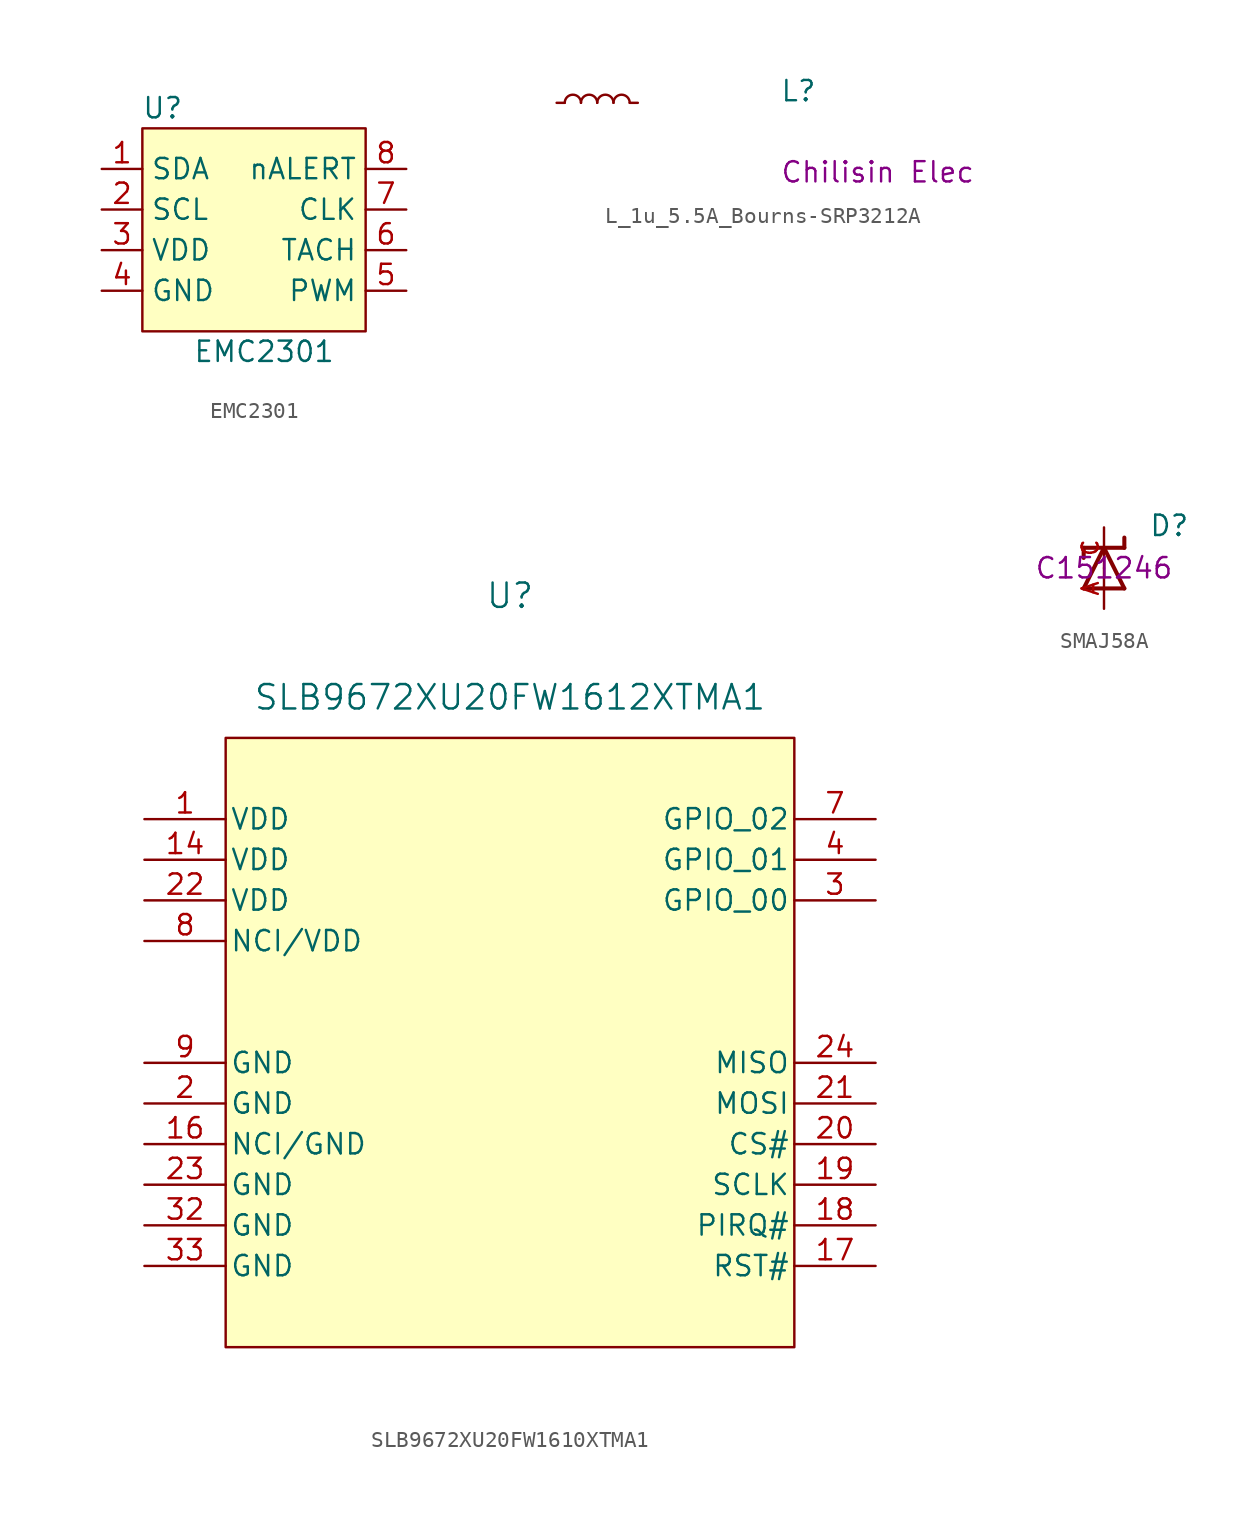
<source format=kicad_sym>
(kicad_symbol_lib
  (version 20241209)
  (generator "kicad_symbol_editor")
  (generator_version "9.0")
  (symbol "EMC2301"
    (property "Reference" "U"
      (at -7.62 13.97 0)
      (effects (font (size 1.27 1.27))))
    (property "Value" "EMC2301"
      (at -1.27 -1.27 0)
      (effects (font (size 1.27 1.27))))
    (symbol "EMC2301_0_0"
      (pin open_collector line (at -11.43 10.16 0) (length 2.54) (name "SDA" (effects (font (size 1.27 1.27)))) (number "1" (effects (font (size 1.27 1.27)))))
      (pin open_collector line (at -11.43 7.62 0) (length 2.54) (name "SCL" (effects (font (size 1.27 1.27)))) (number "2" (effects (font (size 1.27 1.27)))))
      (pin power_in line (at -11.43 5.08 0) (length 2.54) (name "VDD" (effects (font (size 1.27 1.27)))) (number "3" (effects (font (size 1.27 1.27)))))
      (pin power_in line (at -11.43 2.54 0) (length 2.54) (name "GND" (effects (font (size 1.27 1.27)))) (number "4" (effects (font (size 1.27 1.27)))))
      (pin open_collector line (at 7.62 10.16 180) (length 2.54) (name "nALERT" (effects (font (size 1.27 1.27)))) (number "8" (effects (font (size 1.27 1.27)))))
      (pin input line (at 7.62 7.62 180) (length 2.54) (name "CLK" (effects (font (size 1.27 1.27)))) (number "7" (effects (font (size 1.27 1.27)))))
      (pin input line (at 7.62 5.08 180) (length 2.54) (name "TACH" (effects (font (size 1.27 1.27)))) (number "6" (effects (font (size 1.27 1.27)))))
      (pin output line (at 7.62 2.54 180) (length 2.54) (name "PWM" (effects (font (size 1.27 1.27)))) (number "5" (effects (font (size 1.27 1.27))))))
    (symbol "EMC2301_1_1"
      (rectangle (start -8.89 12.7) (end 5.08 0) (stroke (width 0) (type solid)) (fill (type background)))))
  (symbol "L_1u_5.5A_Bourns-SRP3212A"
    (pin_numbers
      (hide yes))
    (pin_names
      (hide yes))
    (property "Reference" "L"
      (at 13.97 0 0)
      (effects (font (size 1.27 1.27) (thickness 0.15)) (justify left bottom)))
    (property "Manufacturer" "Chilisin Elec"
      (at 13.97 -5.08 0)
      (effects (font (size 1.27 1.27) (thickness 0.15)) (justify left bottom)))
    (symbol "L_1u_5.5A_Bourns-SRP3212A_0_1"
      (arc (start 0.508 0) (mid 1.016 0.5058) (end 1.524 0) (stroke (width 0) (type default)) (fill (type none)))
      (arc (start 1.524 0) (mid 2.032 0.5058) (end 2.54 0) (stroke (width 0) (type default)) (fill (type none)))
      (arc (start 2.54 0) (mid 3.048 0.5058) (end 3.556 0) (stroke (width 0) (type default)) (fill (type none)))
      (arc (start 3.556 0) (mid 4.064 0.5058) (end 4.572 0) (stroke (width 0) (type default)) (fill (type none))))
    (symbol "L_1u_5.5A_Bourns-SRP3212A_1_1"
      (pin passive line (at 0 0 0) (length 0.508) (name "~" (effects (font (size 1.27 1.27)))) (number "1" (effects (font (size 1.27 1.27)))))
      (pin passive line (at 5.08 0 180) (length 0.508) (name "~" (effects (font (size 1.27 1.27)))) (number "2" (effects (font (size 1.27 1.27)))))))
  (symbol "SLB9672XU20FW1610XTMA1"
    (pin_names
      (offset 0.254))
    (property "Reference" "U"
      (at 0 27.94 0)
      (effects (font (size 1.524 1.524))))
    (property "Value" "SLB9672XU20FW1612XTMA1"
      (at 0 21.59 0)
      (effects (font (size 1.524 1.524))))
    (symbol "SLB9672XU20FW1610XTMA1_0_1"
      (pin power_in line (at -22.86 13.97 0) (length 5.08) (name "VDD" (effects (font (size 1.27 1.27)))) (number "1" (effects (font (size 1.27 1.27)))))
      (pin power_in line (at -22.86 11.43 0) (length 5.08) (name "VDD" (effects (font (size 1.27 1.27)))) (number "14" (effects (font (size 1.27 1.27)))))
      (pin power_in line (at -22.86 8.89 0) (length 5.08) (name "VDD" (effects (font (size 1.27 1.27)))) (number "22" (effects (font (size 1.27 1.27)))))
      (pin unspecified line (at -22.86 6.35 0) (length 5.08) (name "NCI/VDD" (effects (font (size 1.27 1.27)))) (number "8" (effects (font (size 1.27 1.27)))))
      (pin power_out line (at -22.86 -1.27 0) (length 5.08) (name "GND" (effects (font (size 1.27 1.27)))) (number "9" (effects (font (size 1.27 1.27)))))
      (pin power_out line (at -22.86 -3.81 0) (length 5.08) (name "GND" (effects (font (size 1.27 1.27)))) (number "2" (effects (font (size 1.27 1.27)))))
      (pin unspecified line (at -22.86 -6.35 0) (length 5.08) (name "NCI/GND" (effects (font (size 1.27 1.27)))) (number "16" (effects (font (size 1.27 1.27)))))
      (pin power_out line (at -22.86 -8.89 0) (length 5.08) (name "GND" (effects (font (size 1.27 1.27)))) (number "23" (effects (font (size 1.27 1.27)))))
      (pin power_out line (at -22.86 -11.43 0) (length 5.08) (name "GND" (effects (font (size 1.27 1.27)))) (number "32" (effects (font (size 1.27 1.27)))))
      (pin bidirectional line (at 22.86 13.97 180) (length 5.08) (name "GPIO_02" (effects (font (size 1.27 1.27)))) (number "7" (effects (font (size 1.27 1.27)))))
      (pin bidirectional line (at 22.86 11.43 180) (length 5.08) (name "GPIO_01" (effects (font (size 1.27 1.27)))) (number "4" (effects (font (size 1.27 1.27)))))
      (pin bidirectional line (at 22.86 8.89 180) (length 5.08) (name "GPIO_00" (effects (font (size 1.27 1.27)))) (number "3" (effects (font (size 1.27 1.27)))))
      (pin output line (at 22.86 -1.27 180) (length 5.08) (name "MISO" (effects (font (size 1.27 1.27)))) (number "24" (effects (font (size 1.27 1.27)))))
      (pin input line (at 22.86 -3.81 180) (length 5.08) (name "MOSI" (effects (font (size 1.27 1.27)))) (number "21" (effects (font (size 1.27 1.27)))))
      (pin input line (at 22.86 -6.35 180) (length 5.08) (name "CS#" (effects (font (size 1.27 1.27)))) (number "20" (effects (font (size 1.27 1.27)))))
      (pin input line (at 22.86 -8.89 180) (length 5.08) (name "SCLK" (effects (font (size 1.27 1.27)))) (number "19" (effects (font (size 1.27 1.27)))))
      (pin output line (at 22.86 -11.43 180) (length 5.08) (name "PIRQ#" (effects (font (size 1.27 1.27)))) (number "18" (effects (font (size 1.27 1.27)))))
      (pin input line (at 22.86 -13.97 180) (length 5.08) (name "RST#" (effects (font (size 1.27 1.27)))) (number "17" (effects (font (size 1.27 1.27))))))
    (symbol "SLB9672XU20FW1610XTMA1_1_1"
      (rectangle (start -17.78 19.05) (end 17.78 -19.05) (stroke (width 0) (type solid)) (fill (type background)))
      (pin power_out line (at -22.86 -13.97 0) (length 5.08) (name "GND" (effects (font (size 1.27 1.27)))) (number "33" (effects (font (size 1.27 1.27)))))))
  (symbol "SMAJ58A"
    (pin_names
      (offset 1.016))
    (property "Reference" "D"
      (at 2.794 1.905 0)
      (effects (font (size 1.27 1.27)) (justify left bottom)))
    (property "JLCPCB Part # " "C151246"
      (at 0 0 0)
      (effects (font (size 1.27 1.27))))
    (symbol "SMAJ58A_0_0"
      (polyline (pts (xy -1.27 1.27) (xy -1.27 0.635)) (stroke (width 0.254) (type default)) (fill (type none)))
      (polyline (pts (xy -1.27 -1.27) (xy 1.27 -1.27)) (stroke (width 0.254) (type default)) (fill (type none)))
      (polyline (pts (xy 0 1.27) (xy -1.27 1.27)) (stroke (width 0.254) (type default)) (fill (type none)))
      (polyline (pts (xy 0 1.27) (xy -1.27 -1.27)) (stroke (width 0.254) (type default)) (fill (type none)))
      (polyline (pts (xy 1.27 1.905) (xy 1.27 1.27)) (stroke (width 0.254) (type default)) (fill (type none)))
      (polyline (pts (xy 1.27 1.27) (xy 0 1.27)) (stroke (width 0.254) (type default)) (fill (type none)))
      (polyline (pts (xy 1.27 -1.27) (xy 0 1.27)) (stroke (width 0.254) (type default)) (fill (type none)))
      (pin passive line (at 0 2.54 270) (length 2.54) (name "~" (effects (font (size 1.016 1.016)))) (number "C" (effects (font (size 1.016 1.016)))))
      (pin passive line (at 0 -2.54 90) (length 2.54) (name "~" (effects (font (size 1.016 1.016)))) (number "A" (effects (font (size 1.016 1.016))))))))
</source>
